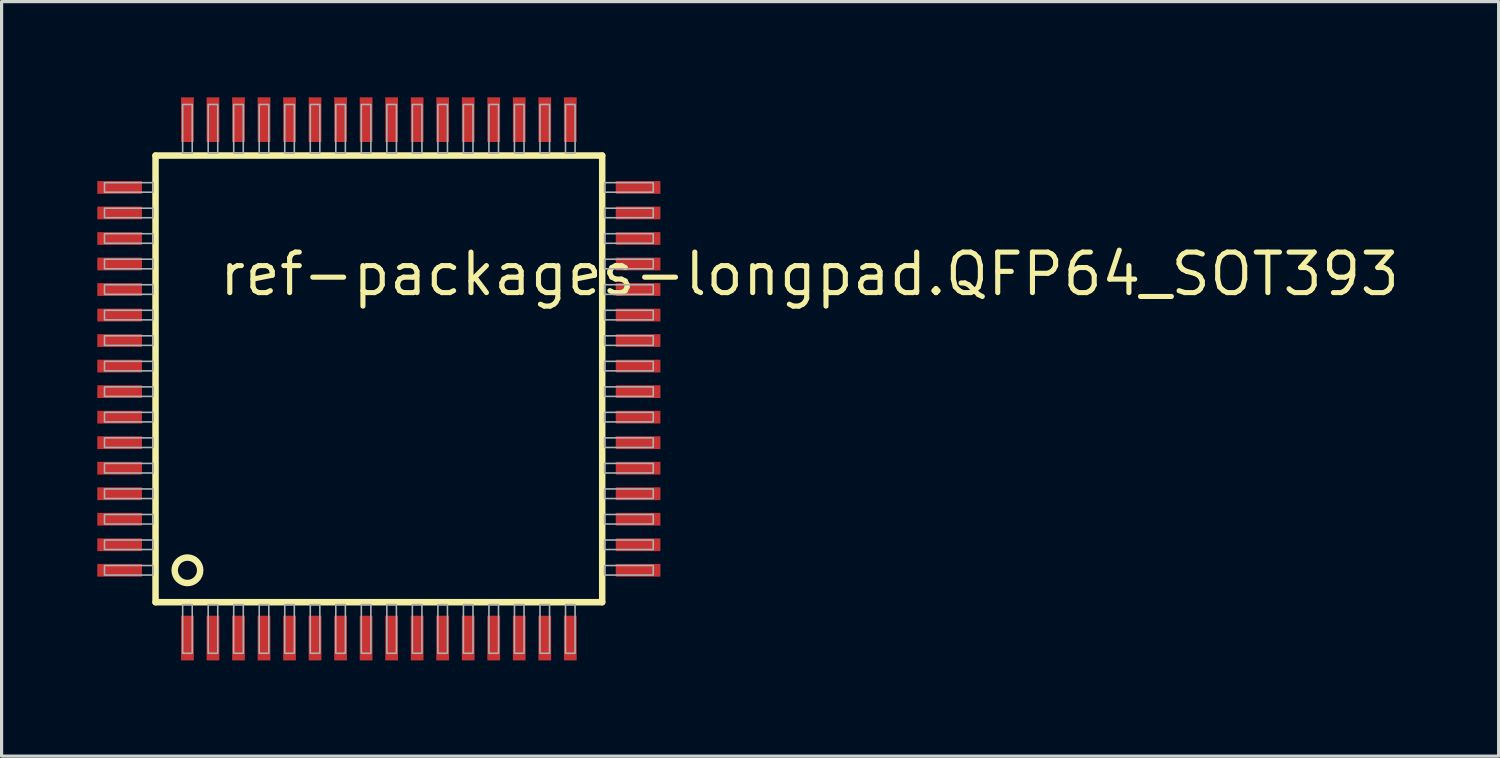
<source format=kicad_pcb>
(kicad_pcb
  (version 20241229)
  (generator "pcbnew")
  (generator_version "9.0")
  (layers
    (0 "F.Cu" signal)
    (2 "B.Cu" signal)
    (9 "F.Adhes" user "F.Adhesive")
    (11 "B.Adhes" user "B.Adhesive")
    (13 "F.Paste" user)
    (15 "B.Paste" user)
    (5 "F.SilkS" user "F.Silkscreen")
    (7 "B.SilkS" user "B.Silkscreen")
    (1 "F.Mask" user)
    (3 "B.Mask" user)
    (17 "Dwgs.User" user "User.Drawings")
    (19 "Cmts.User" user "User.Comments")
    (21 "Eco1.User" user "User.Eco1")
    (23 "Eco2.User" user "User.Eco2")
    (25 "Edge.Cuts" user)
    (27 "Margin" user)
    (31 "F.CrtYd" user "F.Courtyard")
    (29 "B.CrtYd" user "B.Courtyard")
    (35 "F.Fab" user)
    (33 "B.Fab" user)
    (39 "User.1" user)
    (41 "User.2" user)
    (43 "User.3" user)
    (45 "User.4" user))
  (footprint "ref-packages-longpad.QFP64_SOT393"
    (layer "F.Cu")
    (at 8.825 8.825)
    (property "Reference" "ref-packages-longpad.QFP64_SOT393" (at -5.08 -2.54 0) (layer "F.SilkS") (effects (font (size 1.27 1.27) (thickness 0.16)) (justify left bottom)))
    (attr smd)
    (fp_line (start -7 -7) (end 7 -7) (stroke (width 0.203) (type default)) (layer "F.SilkS"))
    (fp_line (start -7 7) (end -7 -7) (stroke (width 0.203) (type default)) (layer "F.SilkS"))
    (fp_line (start 7 -7) (end 7 7) (stroke (width 0.203) (type default)) (layer "F.SilkS"))
    (fp_line (start 7 7) (end -7 7) (stroke (width 0.203) (type default)) (layer "F.SilkS"))
    (fp_circle (center -6 6) (end -5.6 6) (stroke (width 0.203) (type default)) (fill no) (layer "F.SilkS"))
    (fp_rect (start -8.6 -5.85) (end -7.075 -6.15) (stroke (width 0.05) (type default)) (fill no) (layer "F.Fab"))
    (fp_rect (start -8.6 -5.05) (end -7.075 -5.35) (stroke (width 0.05) (type default)) (fill no) (layer "F.Fab"))
    (fp_rect (start -8.6 -4.25) (end -7.075 -4.55) (stroke (width 0.05) (type default)) (fill no) (layer "F.Fab"))
    (fp_rect (start -8.6 -3.45) (end -7.075 -3.75) (stroke (width 0.05) (type default)) (fill no) (layer "F.Fab"))
    (fp_rect (start -8.6 -2.65) (end -7.075 -2.95) (stroke (width 0.05) (type default)) (fill no) (layer "F.Fab"))
    (fp_rect (start -8.6 -1.85) (end -7.075 -2.15) (stroke (width 0.05) (type default)) (fill no) (layer "F.Fab"))
    (fp_rect (start -8.6 -1.05) (end -7.075 -1.35) (stroke (width 0.05) (type default)) (fill no) (layer "F.Fab"))
    (fp_rect (start -8.6 -0.25) (end -7.075 -0.55) (stroke (width 0.05) (type default)) (fill no) (layer "F.Fab"))
    (fp_rect (start -8.6 0.55) (end -7.075 0.25) (stroke (width 0.05) (type default)) (fill no) (layer "F.Fab"))
    (fp_rect (start -8.6 1.35) (end -7.075 1.05) (stroke (width 0.05) (type default)) (fill no) (layer "F.Fab"))
    (fp_rect (start -8.6 2.15) (end -7.075 1.85) (stroke (width 0.05) (type default)) (fill no) (layer "F.Fab"))
    (fp_rect (start -8.6 2.95) (end -7.075 2.65) (stroke (width 0.05) (type default)) (fill no) (layer "F.Fab"))
    (fp_rect (start -8.6 3.75) (end -7.075 3.45) (stroke (width 0.05) (type default)) (fill no) (layer "F.Fab"))
    (fp_rect (start -8.6 4.55) (end -7.075 4.25) (stroke (width 0.05) (type default)) (fill no) (layer "F.Fab"))
    (fp_rect (start -8.6 5.35) (end -7.075 5.05) (stroke (width 0.05) (type default)) (fill no) (layer "F.Fab"))
    (fp_rect (start -8.6 6.15) (end -7.075 5.85) (stroke (width 0.05) (type default)) (fill no) (layer "F.Fab"))
    (fp_rect (start -6.15 -7.075) (end -5.85 -8.6) (stroke (width 0.05) (type default)) (fill no) (layer "F.Fab"))
    (fp_rect (start -6.15 8.6) (end -5.85 7.075) (stroke (width 0.05) (type default)) (fill no) (layer "F.Fab"))
    (fp_rect (start -5.35 -7.075) (end -5.05 -8.6) (stroke (width 0.05) (type default)) (fill no) (layer "F.Fab"))
    (fp_rect (start -5.35 8.6) (end -5.05 7.075) (stroke (width 0.05) (type default)) (fill no) (layer "F.Fab"))
    (fp_rect (start -4.55 -7.075) (end -4.25 -8.6) (stroke (width 0.05) (type default)) (fill no) (layer "F.Fab"))
    (fp_rect (start -4.55 8.6) (end -4.25 7.075) (stroke (width 0.05) (type default)) (fill no) (layer "F.Fab"))
    (fp_rect (start -3.75 -7.075) (end -3.45 -8.6) (stroke (width 0.05) (type default)) (fill no) (layer "F.Fab"))
    (fp_rect (start -3.75 8.6) (end -3.45 7.075) (stroke (width 0.05) (type default)) (fill no) (layer "F.Fab"))
    (fp_rect (start -2.95 -7.075) (end -2.65 -8.6) (stroke (width 0.05) (type default)) (fill no) (layer "F.Fab"))
    (fp_rect (start -2.95 8.6) (end -2.65 7.075) (stroke (width 0.05) (type default)) (fill no) (layer "F.Fab"))
    (fp_rect (start -2.15 -7.075) (end -1.85 -8.6) (stroke (width 0.05) (type default)) (fill no) (layer "F.Fab"))
    (fp_rect (start -2.15 8.6) (end -1.85 7.075) (stroke (width 0.05) (type default)) (fill no) (layer "F.Fab"))
    (fp_rect (start -1.35 -7.075) (end -1.05 -8.6) (stroke (width 0.05) (type default)) (fill no) (layer "F.Fab"))
    (fp_rect (start -1.35 8.6) (end -1.05 7.075) (stroke (width 0.05) (type default)) (fill no) (layer "F.Fab"))
    (fp_rect (start -0.55 -7.075) (end -0.25 -8.6) (stroke (width 0.05) (type default)) (fill no) (layer "F.Fab"))
    (fp_rect (start -0.55 8.6) (end -0.25 7.075) (stroke (width 0.05) (type default)) (fill no) (layer "F.Fab"))
    (fp_rect (start 0.25 -7.075) (end 0.55 -8.6) (stroke (width 0.05) (type default)) (fill no) (layer "F.Fab"))
    (fp_rect (start 0.25 8.6) (end 0.55 7.075) (stroke (width 0.05) (type default)) (fill no) (layer "F.Fab"))
    (fp_rect (start 1.05 -7.075) (end 1.35 -8.6) (stroke (width 0.05) (type default)) (fill no) (layer "F.Fab"))
    (fp_rect (start 1.05 8.6) (end 1.35 7.075) (stroke (width 0.05) (type default)) (fill no) (layer "F.Fab"))
    (fp_rect (start 1.85 -7.075) (end 2.15 -8.6) (stroke (width 0.05) (type default)) (fill no) (layer "F.Fab"))
    (fp_rect (start 1.85 8.6) (end 2.15 7.075) (stroke (width 0.05) (type default)) (fill no) (layer "F.Fab"))
    (fp_rect (start 2.65 -7.075) (end 2.95 -8.6) (stroke (width 0.05) (type default)) (fill no) (layer "F.Fab"))
    (fp_rect (start 2.65 8.6) (end 2.95 7.075) (stroke (width 0.05) (type default)) (fill no) (layer "F.Fab"))
    (fp_rect (start 3.45 -7.075) (end 3.75 -8.6) (stroke (width 0.05) (type default)) (fill no) (layer "F.Fab"))
    (fp_rect (start 3.45 8.6) (end 3.75 7.075) (stroke (width 0.05) (type default)) (fill no) (layer "F.Fab"))
    (fp_rect (start 4.25 -7.075) (end 4.55 -8.6) (stroke (width 0.05) (type default)) (fill no) (layer "F.Fab"))
    (fp_rect (start 4.25 8.6) (end 4.55 7.075) (stroke (width 0.05) (type default)) (fill no) (layer "F.Fab"))
    (fp_rect (start 5.05 -7.075) (end 5.35 -8.6) (stroke (width 0.05) (type default)) (fill no) (layer "F.Fab"))
    (fp_rect (start 5.05 8.6) (end 5.35 7.075) (stroke (width 0.05) (type default)) (fill no) (layer "F.Fab"))
    (fp_rect (start 5.85 -7.075) (end 6.15 -8.6) (stroke (width 0.05) (type default)) (fill no) (layer "F.Fab"))
    (fp_rect (start 5.85 8.6) (end 6.15 7.075) (stroke (width 0.05) (type default)) (fill no) (layer "F.Fab"))
    (fp_rect (start 7.075 -5.85) (end 8.6 -6.15) (stroke (width 0.05) (type default)) (fill no) (layer "F.Fab"))
    (fp_rect (start 7.075 -5.05) (end 8.6 -5.35) (stroke (width 0.05) (type default)) (fill no) (layer "F.Fab"))
    (fp_rect (start 7.075 -4.25) (end 8.6 -4.55) (stroke (width 0.05) (type default)) (fill no) (layer "F.Fab"))
    (fp_rect (start 7.075 -3.45) (end 8.6 -3.75) (stroke (width 0.05) (type default)) (fill no) (layer "F.Fab"))
    (fp_rect (start 7.075 -2.65) (end 8.6 -2.95) (stroke (width 0.05) (type default)) (fill no) (layer "F.Fab"))
    (fp_rect (start 7.075 -1.85) (end 8.6 -2.15) (stroke (width 0.05) (type default)) (fill no) (layer "F.Fab"))
    (fp_rect (start 7.075 -1.05) (end 8.6 -1.35) (stroke (width 0.05) (type default)) (fill no) (layer "F.Fab"))
    (fp_rect (start 7.075 -0.25) (end 8.6 -0.55) (stroke (width 0.05) (type default)) (fill no) (layer "F.Fab"))
    (fp_rect (start 7.075 0.55) (end 8.6 0.25) (stroke (width 0.05) (type default)) (fill no) (layer "F.Fab"))
    (fp_rect (start 7.075 1.35) (end 8.6 1.05) (stroke (width 0.05) (type default)) (fill no) (layer "F.Fab"))
    (fp_rect (start 7.075 2.15) (end 8.6 1.85) (stroke (width 0.05) (type default)) (fill no) (layer "F.Fab"))
    (fp_rect (start 7.075 2.95) (end 8.6 2.65) (stroke (width 0.05) (type default)) (fill no) (layer "F.Fab"))
    (fp_rect (start 7.075 3.75) (end 8.6 3.45) (stroke (width 0.05) (type default)) (fill no) (layer "F.Fab"))
    (fp_rect (start 7.075 4.55) (end 8.6 4.25) (stroke (width 0.05) (type default)) (fill no) (layer "F.Fab"))
    (fp_rect (start 7.075 5.35) (end 8.6 5.05) (stroke (width 0.05) (type default)) (fill no) (layer "F.Fab"))
    (fp_rect (start 7.075 6.15) (end 8.6 5.85) (stroke (width 0.05) (type default)) (fill no) (layer "F.Fab"))
    (pad "1" smd roundrect (at -6 8.125) (size 0.4 1.4) (layers "F.Cu" "F.Mask" "F.Paste") (roundrect_rratio 0.01))
    (pad "2" smd roundrect (at -5.2 8.125) (size 0.4 1.4) (layers "F.Cu" "F.Mask" "F.Paste") (roundrect_rratio 0.01))
    (pad "3" smd roundrect (at -4.4 8.125) (size 0.4 1.4) (layers "F.Cu" "F.Mask" "F.Paste") (roundrect_rratio 0.01))
    (pad "4" smd roundrect (at -3.6 8.125) (size 0.4 1.4) (layers "F.Cu" "F.Mask" "F.Paste") (roundrect_rratio 0.01))
    (pad "5" smd roundrect (at -2.8 8.125) (size 0.4 1.4) (layers "F.Cu" "F.Mask" "F.Paste") (roundrect_rratio 0.01))
    (pad "6" smd roundrect (at -2 8.125) (size 0.4 1.4) (layers "F.Cu" "F.Mask" "F.Paste") (roundrect_rratio 0.01))
    (pad "7" smd roundrect (at -1.2 8.125) (size 0.4 1.4) (layers "F.Cu" "F.Mask" "F.Paste") (roundrect_rratio 0.01))
    (pad "8" smd roundrect (at -0.4 8.125) (size 0.4 1.4) (layers "F.Cu" "F.Mask" "F.Paste") (roundrect_rratio 0.01))
    (pad "9" smd roundrect (at 0.4 8.125) (size 0.4 1.4) (layers "F.Cu" "F.Mask" "F.Paste") (roundrect_rratio 0.01))
    (pad "10" smd roundrect (at 1.2 8.125) (size 0.4 1.4) (layers "F.Cu" "F.Mask" "F.Paste") (roundrect_rratio 0.01))
    (pad "11" smd roundrect (at 2 8.125) (size 0.4 1.4) (layers "F.Cu" "F.Mask" "F.Paste") (roundrect_rratio 0.01))
    (pad "12" smd roundrect (at 2.8 8.125) (size 0.4 1.4) (layers "F.Cu" "F.Mask" "F.Paste") (roundrect_rratio 0.01))
    (pad "13" smd roundrect (at 3.6 8.125) (size 0.4 1.4) (layers "F.Cu" "F.Mask" "F.Paste") (roundrect_rratio 0.01))
    (pad "14" smd roundrect (at 4.4 8.125) (size 0.4 1.4) (layers "F.Cu" "F.Mask" "F.Paste") (roundrect_rratio 0.01))
    (pad "15" smd roundrect (at 5.2 8.125) (size 0.4 1.4) (layers "F.Cu" "F.Mask" "F.Paste") (roundrect_rratio 0.01))
    (pad "16" smd roundrect (at 6 8.125) (size 0.4 1.4) (layers "F.Cu" "F.Mask" "F.Paste") (roundrect_rratio 0.01))
    (pad "17" smd roundrect (at 8.125 6) (size 1.4 0.4) (layers "F.Cu" "F.Mask" "F.Paste") (roundrect_rratio 0.01))
    (pad "18" smd roundrect (at 8.125 5.2) (size 1.4 0.4) (layers "F.Cu" "F.Mask" "F.Paste") (roundrect_rratio 0.01))
    (pad "19" smd roundrect (at 8.125 4.4) (size 1.4 0.4) (layers "F.Cu" "F.Mask" "F.Paste") (roundrect_rratio 0.01))
    (pad "20" smd roundrect (at 8.125 3.6) (size 1.4 0.4) (layers "F.Cu" "F.Mask" "F.Paste") (roundrect_rratio 0.01))
    (pad "21" smd roundrect (at 8.125 2.8) (size 1.4 0.4) (layers "F.Cu" "F.Mask" "F.Paste") (roundrect_rratio 0.01))
    (pad "22" smd roundrect (at 8.125 2) (size 1.4 0.4) (layers "F.Cu" "F.Mask" "F.Paste") (roundrect_rratio 0.01))
    (pad "23" smd roundrect (at 8.125 1.2) (size 1.4 0.4) (layers "F.Cu" "F.Mask" "F.Paste") (roundrect_rratio 0.01))
    (pad "24" smd roundrect (at 8.125 0.4) (size 1.4 0.4) (layers "F.Cu" "F.Mask" "F.Paste") (roundrect_rratio 0.01))
    (pad "25" smd roundrect (at 8.125 -0.4) (size 1.4 0.4) (layers "F.Cu" "F.Mask" "F.Paste") (roundrect_rratio 0.01))
    (pad "26" smd roundrect (at 8.125 -1.2) (size 1.4 0.4) (layers "F.Cu" "F.Mask" "F.Paste") (roundrect_rratio 0.01))
    (pad "27" smd roundrect (at 8.125 -2) (size 1.4 0.4) (layers "F.Cu" "F.Mask" "F.Paste") (roundrect_rratio 0.01))
    (pad "28" smd roundrect (at 8.125 -2.8) (size 1.4 0.4) (layers "F.Cu" "F.Mask" "F.Paste") (roundrect_rratio 0.01))
    (pad "29" smd roundrect (at 8.125 -3.6) (size 1.4 0.4) (layers "F.Cu" "F.Mask" "F.Paste") (roundrect_rratio 0.01))
    (pad "30" smd roundrect (at 8.125 -4.4) (size 1.4 0.4) (layers "F.Cu" "F.Mask" "F.Paste") (roundrect_rratio 0.01))
    (pad "31" smd roundrect (at 8.125 -5.2) (size 1.4 0.4) (layers "F.Cu" "F.Mask" "F.Paste") (roundrect_rratio 0.01))
    (pad "32" smd roundrect (at 8.125 -6) (size 1.4 0.4) (layers "F.Cu" "F.Mask" "F.Paste") (roundrect_rratio 0.01))
    (pad "33" smd roundrect (at 6 -8.125) (size 0.4 1.4) (layers "F.Cu" "F.Mask" "F.Paste") (roundrect_rratio 0.01))
    (pad "34" smd roundrect (at 5.2 -8.125) (size 0.4 1.4) (layers "F.Cu" "F.Mask" "F.Paste") (roundrect_rratio 0.01))
    (pad "35" smd roundrect (at 4.4 -8.125) (size 0.4 1.4) (layers "F.Cu" "F.Mask" "F.Paste") (roundrect_rratio 0.01))
    (pad "36" smd roundrect (at 3.6 -8.125) (size 0.4 1.4) (layers "F.Cu" "F.Mask" "F.Paste") (roundrect_rratio 0.01))
    (pad "37" smd roundrect (at 2.8 -8.125) (size 0.4 1.4) (layers "F.Cu" "F.Mask" "F.Paste") (roundrect_rratio 0.01))
    (pad "38" smd roundrect (at 2 -8.125) (size 0.4 1.4) (layers "F.Cu" "F.Mask" "F.Paste") (roundrect_rratio 0.01))
    (pad "39" smd roundrect (at 1.2 -8.125) (size 0.4 1.4) (layers "F.Cu" "F.Mask" "F.Paste") (roundrect_rratio 0.01))
    (pad "40" smd roundrect (at 0.4 -8.125) (size 0.4 1.4) (layers "F.Cu" "F.Mask" "F.Paste") (roundrect_rratio 0.01))
    (pad "41" smd roundrect (at -0.4 -8.125) (size 0.4 1.4) (layers "F.Cu" "F.Mask" "F.Paste") (roundrect_rratio 0.01))
    (pad "42" smd roundrect (at -1.2 -8.125) (size 0.4 1.4) (layers "F.Cu" "F.Mask" "F.Paste") (roundrect_rratio 0.01))
    (pad "43" smd roundrect (at -2 -8.125) (size 0.4 1.4) (layers "F.Cu" "F.Mask" "F.Paste") (roundrect_rratio 0.01))
    (pad "44" smd roundrect (at -2.8 -8.125) (size 0.4 1.4) (layers "F.Cu" "F.Mask" "F.Paste") (roundrect_rratio 0.01))
    (pad "45" smd roundrect (at -3.6 -8.125) (size 0.4 1.4) (layers "F.Cu" "F.Mask" "F.Paste") (roundrect_rratio 0.01))
    (pad "46" smd roundrect (at -4.4 -8.125) (size 0.4 1.4) (layers "F.Cu" "F.Mask" "F.Paste") (roundrect_rratio 0.01))
    (pad "47" smd roundrect (at -5.2 -8.125) (size 0.4 1.4) (layers "F.Cu" "F.Mask" "F.Paste") (roundrect_rratio 0.01))
    (pad "48" smd roundrect (at -6 -8.125) (size 0.4 1.4) (layers "F.Cu" "F.Mask" "F.Paste") (roundrect_rratio 0.01))
    (pad "49" smd roundrect (at -8.125 -6) (size 1.4 0.4) (layers "F.Cu" "F.Mask" "F.Paste") (roundrect_rratio 0.01))
    (pad "50" smd roundrect (at -8.125 -5.2) (size 1.4 0.4) (layers "F.Cu" "F.Mask" "F.Paste") (roundrect_rratio 0.01))
    (pad "51" smd roundrect (at -8.125 -4.4) (size 1.4 0.4) (layers "F.Cu" "F.Mask" "F.Paste") (roundrect_rratio 0.01))
    (pad "52" smd roundrect (at -8.125 -3.6) (size 1.4 0.4) (layers "F.Cu" "F.Mask" "F.Paste") (roundrect_rratio 0.01))
    (pad "53" smd roundrect (at -8.125 -2.8) (size 1.4 0.4) (layers "F.Cu" "F.Mask" "F.Paste") (roundrect_rratio 0.01))
    (pad "54" smd roundrect (at -8.125 -2) (size 1.4 0.4) (layers "F.Cu" "F.Mask" "F.Paste") (roundrect_rratio 0.01))
    (pad "55" smd roundrect (at -8.125 -1.2) (size 1.4 0.4) (layers "F.Cu" "F.Mask" "F.Paste") (roundrect_rratio 0.01))
    (pad "56" smd roundrect (at -8.125 -0.4) (size 1.4 0.4) (layers "F.Cu" "F.Mask" "F.Paste") (roundrect_rratio 0.01))
    (pad "57" smd roundrect (at -8.125 0.4) (size 1.4 0.4) (layers "F.Cu" "F.Mask" "F.Paste") (roundrect_rratio 0.01))
    (pad "58" smd roundrect (at -8.125 1.2) (size 1.4 0.4) (layers "F.Cu" "F.Mask" "F.Paste") (roundrect_rratio 0.01))
    (pad "59" smd roundrect (at -8.125 2) (size 1.4 0.4) (layers "F.Cu" "F.Mask" "F.Paste") (roundrect_rratio 0.01))
    (pad "60" smd roundrect (at -8.125 2.8) (size 1.4 0.4) (layers "F.Cu" "F.Mask" "F.Paste") (roundrect_rratio 0.01))
    (pad "61" smd roundrect (at -8.125 3.6) (size 1.4 0.4) (layers "F.Cu" "F.Mask" "F.Paste") (roundrect_rratio 0.01))
    (pad "62" smd roundrect (at -8.125 4.4) (size 1.4 0.4) (layers "F.Cu" "F.Mask" "F.Paste") (roundrect_rratio 0.01))
    (pad "63" smd roundrect (at -8.125 5.2) (size 1.4 0.4) (layers "F.Cu" "F.Mask" "F.Paste") (roundrect_rratio 0.01))
    (pad "64" smd roundrect (at -8.125 6) (size 1.4 0.4) (layers "F.Cu" "F.Mask" "F.Paste") (roundrect_rratio 0.01)))
  (gr_rect
    (start -3 -3)
    (end 43.922 20.65)
    (stroke (width 0.1) (type default))
    (fill no)
    (layer "Edge.Cuts")))
</source>
